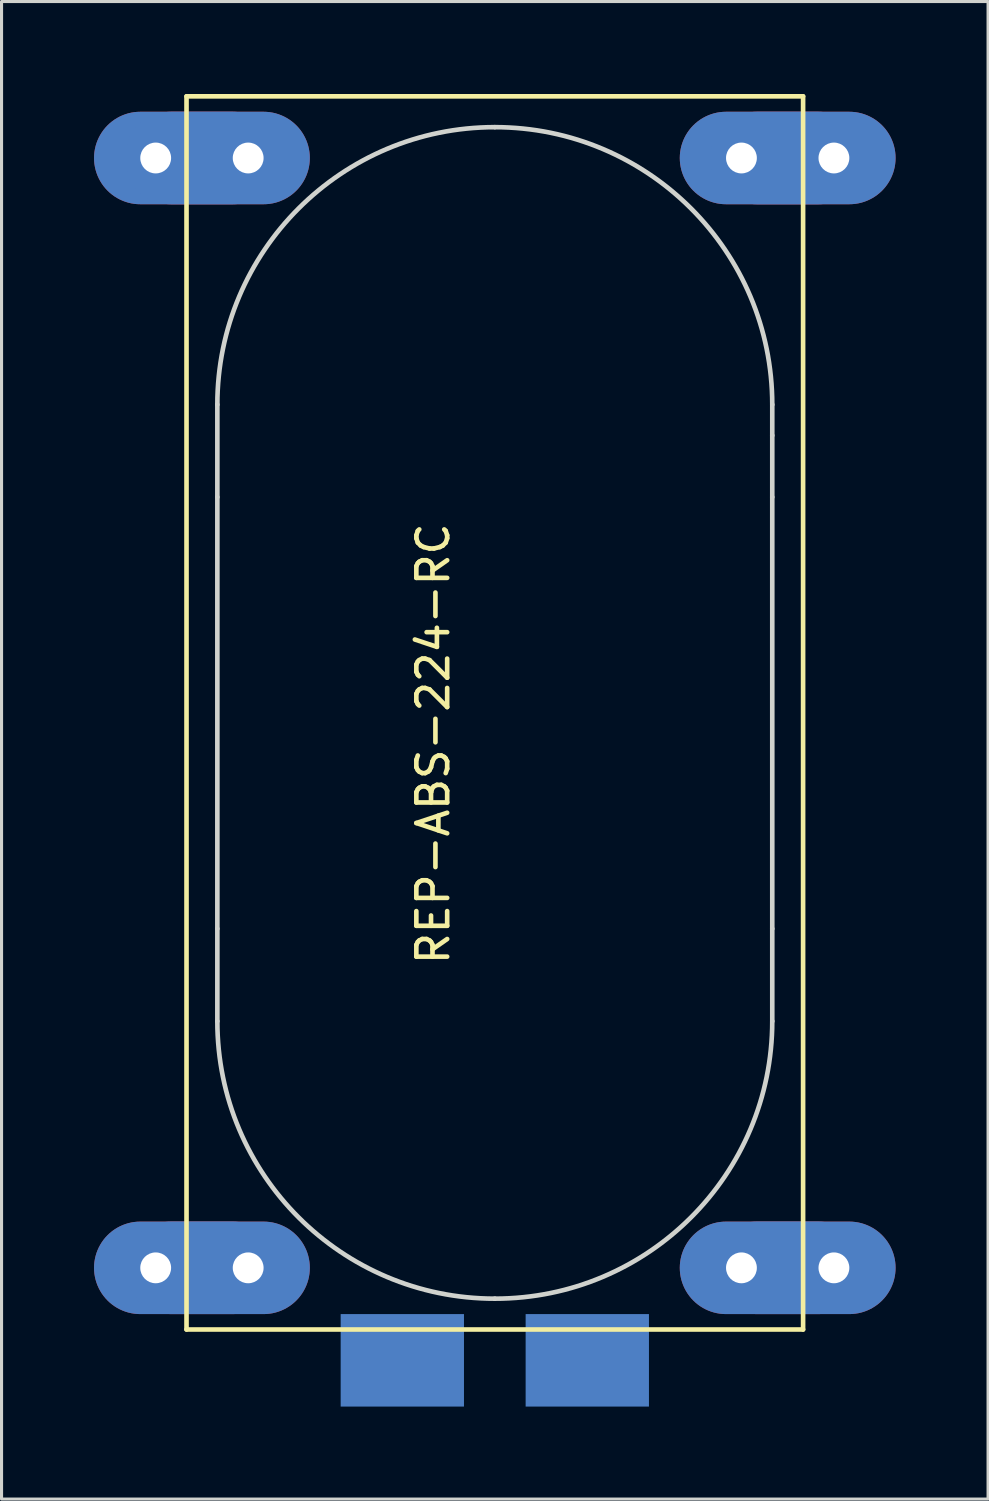
<source format=kicad_pcb>
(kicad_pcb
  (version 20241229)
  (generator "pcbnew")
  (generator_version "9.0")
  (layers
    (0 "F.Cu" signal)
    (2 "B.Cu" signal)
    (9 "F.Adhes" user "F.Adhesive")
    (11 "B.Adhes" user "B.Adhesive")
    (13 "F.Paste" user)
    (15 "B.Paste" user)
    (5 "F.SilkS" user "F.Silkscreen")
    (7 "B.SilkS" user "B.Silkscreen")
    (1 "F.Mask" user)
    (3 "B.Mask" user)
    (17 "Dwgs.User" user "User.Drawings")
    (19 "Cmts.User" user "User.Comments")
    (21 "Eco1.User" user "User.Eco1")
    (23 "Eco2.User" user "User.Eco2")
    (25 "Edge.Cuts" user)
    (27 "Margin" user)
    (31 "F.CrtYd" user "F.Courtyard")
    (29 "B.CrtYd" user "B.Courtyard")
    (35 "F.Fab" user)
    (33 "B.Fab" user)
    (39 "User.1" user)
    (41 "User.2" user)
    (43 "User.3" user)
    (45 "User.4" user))
  (footprint "REP-ABS-224-RC"
    (layer "F.Cu")
    (at 13 20.075)
    (property "Reference" "REP-ABS-224-RC" (at -2 1 90) (layer "F.SilkS") (effects (font (size 1 1) (thickness 0.15))))
    (attr through_hole)
    (fp_line (start -10 -20) (end -10 20) (stroke (width 0.15) (type solid)) (layer "F.SilkS"))
    (fp_line (start -10 20) (end 10 20) (stroke (width 0.15) (type solid)) (layer "F.SilkS"))
    (fp_line (start 10 -20) (end -10 -20) (stroke (width 0.15) (type solid)) (layer "F.SilkS"))
    (fp_line (start 10 20) (end 10 -20) (stroke (width 0.15) (type solid)) (layer "F.SilkS"))
    (fp_line (start -9 -10) (end -9 -7) (stroke (width 0.15) (type solid)) (layer "Edge.Cuts"))
    (fp_line (start -9 7) (end -9 -7) (stroke (width 0.15) (type solid)) (layer "Edge.Cuts"))
    (fp_line (start -9 10) (end -9 7) (stroke (width 0.15) (type solid)) (layer "Edge.Cuts"))
    (fp_line (start 9 -9) (end 9 -10) (stroke (width 0.15) (type solid)) (layer "Edge.Cuts"))
    (fp_line (start 9 -7) (end 9 -9) (stroke (width 0.15) (type solid)) (layer "Edge.Cuts"))
    (fp_line (start 9 7) (end 9 -7) (stroke (width 0.15) (type solid)) (layer "Edge.Cuts"))
    (fp_line (start 9 10) (end 9 7) (stroke (width 0.15) (type solid)) (layer "Edge.Cuts"))
    (fp_arc (start -9 -10) (mid -6.363961 -16.363961) (end 0 -19) (stroke (width 0.15) (type solid)) (layer "Edge.Cuts"))
    (fp_arc (start 0 -19) (mid 6.363961 -16.363961) (end 9 -10) (stroke (width 0.15) (type solid)) (layer "Edge.Cuts"))
    (fp_arc (start 0 19) (mid -6.363961 16.363961) (end -9 10) (stroke (width 0.15) (type solid)) (layer "Edge.Cuts"))
    (fp_arc (start 9 10) (mid 6.363961 16.363961) (end 0 19) (stroke (width 0.15) (type solid)) (layer "Edge.Cuts"))
    (pad "1" smd rect (at -3 21) (size 4 3) (layers "B.Cu" "B.Mask" "B.Paste"))
    (pad "2" smd rect (at 3 21) (size 4 3) (layers "B.Cu" "B.Mask" "B.Paste"))
    (pad "3" thru_hole oval (at -11 -18) (size 6 3) (drill 1 (offset 1 0)) (layers "*.Cu" "*.Mask"))
    (pad "3" thru_hole oval (at -11 18) (size 6 3) (drill 1 (offset 1 0)) (layers "*.Cu" "*.Mask"))
    (pad "3" thru_hole oval (at -8 -18) (size 6 3) (drill 1 (offset -1 0)) (layers "*.Cu" "*.Mask"))
    (pad "3" thru_hole oval (at -8 18) (size 6 3) (drill 1 (offset -1 0)) (layers "*.Cu" "*.Mask"))
    (pad "3" thru_hole oval (at 8 -18) (size 6 3) (drill 1 (offset 1 0)) (layers "*.Cu" "*.Mask"))
    (pad "3" thru_hole oval (at 8 18) (size 6 3) (drill 1 (offset 1 0)) (layers "*.Cu" "*.Mask"))
    (pad "3" thru_hole oval (at 11 -18) (size 6 3) (drill 1 (offset -1 0)) (layers "*.Cu" "*.Mask"))
    (pad "3" thru_hole oval (at 11 18) (size 6 3) (drill 1 (offset -1 0)) (layers "*.Cu" "*.Mask")))
  (gr_rect
    (start -3 -3)
    (end 29 45.575)
    (stroke (width 0.1) (type default))
    (fill no)
    (layer "Edge.Cuts")))
</source>
